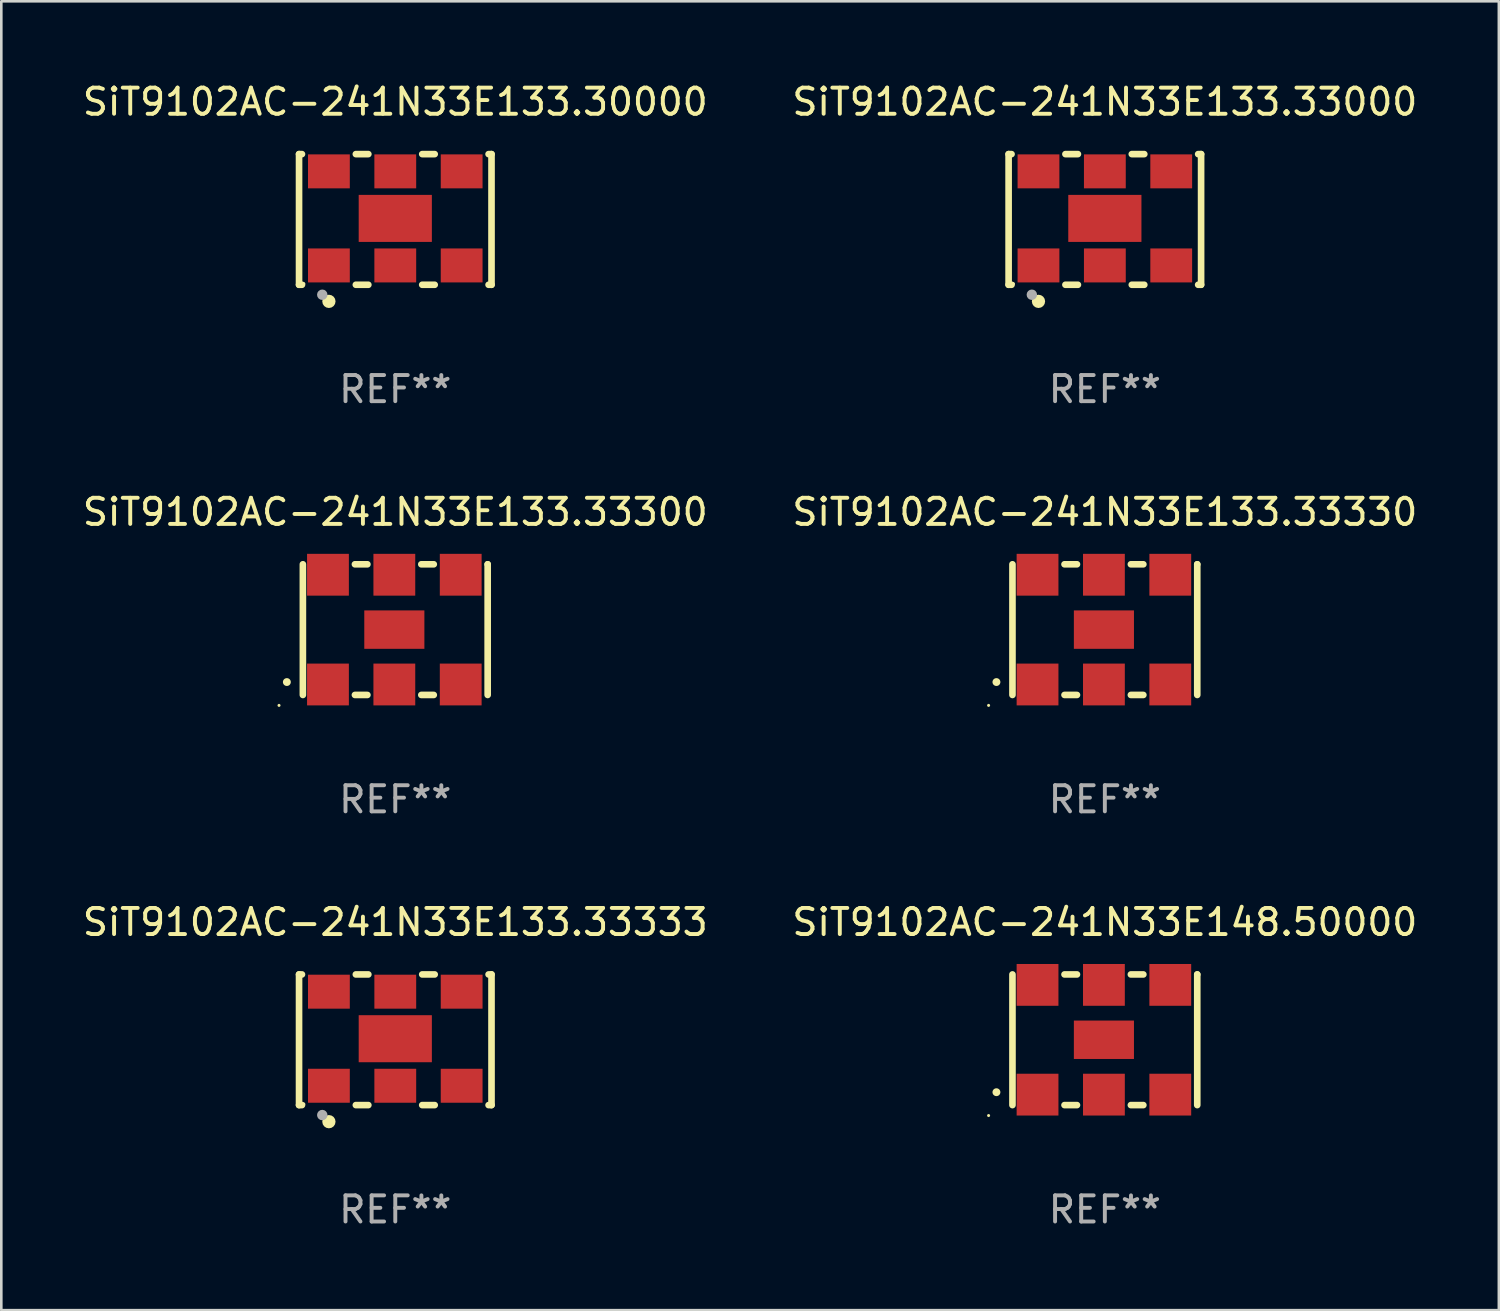
<source format=kicad_pcb>
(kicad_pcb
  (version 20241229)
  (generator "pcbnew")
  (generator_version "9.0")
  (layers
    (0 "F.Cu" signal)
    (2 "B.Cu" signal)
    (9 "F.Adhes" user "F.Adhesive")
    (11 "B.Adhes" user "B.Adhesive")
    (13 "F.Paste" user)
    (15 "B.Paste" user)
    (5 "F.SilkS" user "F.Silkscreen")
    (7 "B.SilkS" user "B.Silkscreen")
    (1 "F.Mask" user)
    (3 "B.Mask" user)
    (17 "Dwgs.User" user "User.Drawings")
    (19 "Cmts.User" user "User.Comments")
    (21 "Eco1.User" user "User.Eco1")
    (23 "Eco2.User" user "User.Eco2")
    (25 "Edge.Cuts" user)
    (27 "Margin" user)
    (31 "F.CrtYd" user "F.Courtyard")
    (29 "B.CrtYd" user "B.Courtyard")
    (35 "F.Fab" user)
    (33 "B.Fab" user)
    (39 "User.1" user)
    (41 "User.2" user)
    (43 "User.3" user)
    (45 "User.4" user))
  (footprint "SiT9102AC-241N33E133.33330"
    (layer "F.Cu")
    (at 39.232 21.045)
    (property "Reference" "SiT9102AC-241N33E133.33330" (at 0 -4.5 0) (layer "F.SilkS") (effects (font (size 1 1) (thickness 0.15))))
    (attr through_hole)
    (fp_line (start -3.536 -2.5) (end -3.536 2.5) (stroke (width 0.254) (type solid)) (layer "F.SilkS"))
    (fp_line (start -1.544 2.5) (end -1.067 2.5) (stroke (width 0.254) (type solid)) (layer "F.SilkS"))
    (fp_line (start -1.067 -2.5) (end -1.544 -2.5) (stroke (width 0.254) (type solid)) (layer "F.SilkS"))
    (fp_line (start 0.996 2.5) (end 1.473 2.5) (stroke (width 0.254) (type solid)) (layer "F.SilkS"))
    (fp_line (start 1.473 -2.5) (end 0.996 -2.5) (stroke (width 0.254) (type solid)) (layer "F.SilkS"))
    (fp_line (start 3.536 -2.5) (end 3.536 -2.5) (stroke (width 0.254) (type solid)) (layer "F.SilkS"))
    (fp_line (start 3.536 2.5) (end 3.536 -2.5) (stroke (width 0.254) (type solid)) (layer "F.SilkS"))
    (fp_arc (start -4.150432 2.006604) (mid -4.149162 2.006599) (end -4.147892 2.006604) (stroke (width 0.3) (type solid)) (layer "F.SilkS"))
    (fp_circle (center -4.449 2.9) (end -4.419 2.9) (stroke (width 0.06) (type solid)) (fill no) (layer "F.SilkS"))
    (fp_text user "REF**" (at 0 6.5 0) (layer "F.Fab") (effects (font (size 1 1) (thickness 0.15))))
    (pad "1" smd rect (at -2.576 2.1) (size 1.6 1.6) (layers "F.Cu" "F.Mask" "F.Paste"))
    (pad "2" smd rect (at -0.036 2.1) (size 1.6 1.6) (layers "F.Cu" "F.Mask" "F.Paste"))
    (pad "3" smd rect (at 2.504 2.1) (size 1.6 1.6) (layers "F.Cu" "F.Mask" "F.Paste"))
    (pad "4" smd rect (at 2.504 -2.1) (size 1.6 1.6) (layers "F.Cu" "F.Mask" "F.Paste"))
    (pad "5" smd rect (at -0.036 -2.1) (size 1.6 1.6) (layers "F.Cu" "F.Mask" "F.Paste"))
    (pad "6" smd rect (at -2.576 -2.1) (size 1.6 1.6) (layers "F.Cu" "F.Mask" "F.Paste"))
    (pad "7" smd rect (at -0.036 0) (size 2.3 1.47) (layers "F.Cu" "F.Mask" "F.Paste")))
  (footprint "SiT9102AC-241N33E133.33333"
    (layer "F.Cu")
    (at 12.077 36.741)
    (property "Reference" "SiT9102AC-241N33E133.33333" (at 0 -4.5 0) (layer "F.SilkS") (effects (font (size 1 1) (thickness 0.15))))
    (attr through_hole)
    (fp_line (start -3.683 -2.5) (end -3.571 -2.5) (stroke (width 0.254) (type solid)) (layer "F.SilkS"))
    (fp_line (start -3.683 2.5) (end -3.683 -2.5) (stroke (width 0.254) (type solid)) (layer "F.SilkS"))
    (fp_line (start -3.683 2.5) (end -3.571 2.5) (stroke (width 0.254) (type solid)) (layer "F.SilkS"))
    (fp_line (start -1.509 -2.5) (end -1.031 -2.5) (stroke (width 0.254) (type solid)) (layer "F.SilkS"))
    (fp_line (start -1.509 2.5) (end -1.031 2.5) (stroke (width 0.254) (type solid)) (layer "F.SilkS"))
    (fp_line (start 1.031 -2.5) (end 1.509 -2.5) (stroke (width 0.254) (type solid)) (layer "F.SilkS"))
    (fp_line (start 1.031 2.5) (end 1.509 2.5) (stroke (width 0.254) (type solid)) (layer "F.SilkS"))
    (fp_line (start 3.571 -2.5) (end 3.683 -2.5) (stroke (width 0.254) (type solid)) (layer "F.SilkS"))
    (fp_line (start 3.571 2.5) (end 3.683 2.5) (stroke (width 0.254) (type solid)) (layer "F.SilkS"))
    (fp_line (start 3.683 2.5) (end 3.683 -2.5) (stroke (width 0.254) (type solid)) (layer "F.SilkS"))
    (fp_circle (center -3.5 2.46) (end -3.47 2.46) (stroke (width 0.06) (type solid)) (fill no) (layer "F.SilkS"))
    (fp_circle (center -2.54 3.135) (end -2.413 3.135) (stroke (width 0.254) (type solid)) (fill no) (layer "F.SilkS"))
    (fp_circle (center -2.794 2.881) (end -2.694 2.881) (stroke (width 0.2) (type solid)) (fill no) (layer "F.Fab"))
    (fp_text user "REF**" (at 0 6.5 0) (layer "F.Fab") (effects (font (size 1 1) (thickness 0.15))))
    (pad "1" smd rect (at -2.54 1.76) (size 1.6 1.3) (layers "F.Cu" "F.Mask" "F.Paste"))
    (pad "2" smd rect (at 0 1.76) (size 1.6 1.3) (layers "F.Cu" "F.Mask" "F.Paste"))
    (pad "3" smd rect (at 2.54 1.76) (size 1.6 1.3) (layers "F.Cu" "F.Mask" "F.Paste"))
    (pad "4" smd rect (at 2.54 -1.84) (size 1.6 1.3) (layers "F.Cu" "F.Mask" "F.Paste"))
    (pad "5" smd rect (at 0 -1.84) (size 1.6 1.3) (layers "F.Cu" "F.Mask" "F.Paste"))
    (pad "6" smd rect (at -2.54 -1.84) (size 1.6 1.3) (layers "F.Cu" "F.Mask" "F.Paste"))
    (pad "7" smd rect (at 0 -0.04) (size 2.8 1.8) (layers "F.Cu" "F.Mask" "F.Paste")))
  (footprint "SiT9102AC-241N33E133.33300"
    (layer "F.Cu")
    (at 12.077 21.045)
    (property "Reference" "SiT9102AC-241N33E133.33300" (at 0 -4.5 0) (layer "F.SilkS") (effects (font (size 1 1) (thickness 0.15))))
    (attr through_hole)
    (fp_line (start -3.536 -2.5) (end -3.536 2.5) (stroke (width 0.254) (type solid)) (layer "F.SilkS"))
    (fp_line (start -1.544 2.5) (end -1.067 2.5) (stroke (width 0.254) (type solid)) (layer "F.SilkS"))
    (fp_line (start -1.067 -2.5) (end -1.544 -2.5) (stroke (width 0.254) (type solid)) (layer "F.SilkS"))
    (fp_line (start 0.996 2.5) (end 1.473 2.5) (stroke (width 0.254) (type solid)) (layer "F.SilkS"))
    (fp_line (start 1.473 -2.5) (end 0.996 -2.5) (stroke (width 0.254) (type solid)) (layer "F.SilkS"))
    (fp_line (start 3.536 -2.5) (end 3.536 -2.5) (stroke (width 0.254) (type solid)) (layer "F.SilkS"))
    (fp_line (start 3.536 2.5) (end 3.536 -2.5) (stroke (width 0.254) (type solid)) (layer "F.SilkS"))
    (fp_arc (start -4.150432 2.006604) (mid -4.149162 2.006599) (end -4.147892 2.006604) (stroke (width 0.3) (type solid)) (layer "F.SilkS"))
    (fp_circle (center -4.449 2.9) (end -4.419 2.9) (stroke (width 0.06) (type solid)) (fill no) (layer "F.SilkS"))
    (fp_text user "REF**" (at 0 6.5 0) (layer "F.Fab") (effects (font (size 1 1) (thickness 0.15))))
    (pad "1" smd rect (at -2.576 2.1) (size 1.6 1.6) (layers "F.Cu" "F.Mask" "F.Paste"))
    (pad "2" smd rect (at -0.036 2.1) (size 1.6 1.6) (layers "F.Cu" "F.Mask" "F.Paste"))
    (pad "3" smd rect (at 2.504 2.1) (size 1.6 1.6) (layers "F.Cu" "F.Mask" "F.Paste"))
    (pad "4" smd rect (at 2.504 -2.1) (size 1.6 1.6) (layers "F.Cu" "F.Mask" "F.Paste"))
    (pad "5" smd rect (at -0.036 -2.1) (size 1.6 1.6) (layers "F.Cu" "F.Mask" "F.Paste"))
    (pad "6" smd rect (at -2.576 -2.1) (size 1.6 1.6) (layers "F.Cu" "F.Mask" "F.Paste"))
    (pad "7" smd rect (at -0.036 0) (size 2.3 1.47) (layers "F.Cu" "F.Mask" "F.Paste")))
  (footprint "SiT9102AC-241N33E133.30000"
    (layer "F.Cu")
    (at 12.077 5.348)
    (property "Reference" "SiT9102AC-241N33E133.30000" (at 0 -4.5 0) (layer "F.SilkS") (effects (font (size 1 1) (thickness 0.15))))
    (attr through_hole)
    (fp_line (start -3.683 -2.5) (end -3.571 -2.5) (stroke (width 0.254) (type solid)) (layer "F.SilkS"))
    (fp_line (start -3.683 2.5) (end -3.683 -2.5) (stroke (width 0.254) (type solid)) (layer "F.SilkS"))
    (fp_line (start -3.683 2.5) (end -3.571 2.5) (stroke (width 0.254) (type solid)) (layer "F.SilkS"))
    (fp_line (start -1.509 -2.5) (end -1.031 -2.5) (stroke (width 0.254) (type solid)) (layer "F.SilkS"))
    (fp_line (start -1.509 2.5) (end -1.031 2.5) (stroke (width 0.254) (type solid)) (layer "F.SilkS"))
    (fp_line (start 1.031 -2.5) (end 1.509 -2.5) (stroke (width 0.254) (type solid)) (layer "F.SilkS"))
    (fp_line (start 1.031 2.5) (end 1.509 2.5) (stroke (width 0.254) (type solid)) (layer "F.SilkS"))
    (fp_line (start 3.571 -2.5) (end 3.683 -2.5) (stroke (width 0.254) (type solid)) (layer "F.SilkS"))
    (fp_line (start 3.571 2.5) (end 3.683 2.5) (stroke (width 0.254) (type solid)) (layer "F.SilkS"))
    (fp_line (start 3.683 2.5) (end 3.683 -2.5) (stroke (width 0.254) (type solid)) (layer "F.SilkS"))
    (fp_circle (center -3.5 2.46) (end -3.47 2.46) (stroke (width 0.06) (type solid)) (fill no) (layer "F.SilkS"))
    (fp_circle (center -2.54 3.135) (end -2.413 3.135) (stroke (width 0.254) (type solid)) (fill no) (layer "F.SilkS"))
    (fp_circle (center -2.794 2.881) (end -2.694 2.881) (stroke (width 0.2) (type solid)) (fill no) (layer "F.Fab"))
    (fp_text user "REF**" (at 0 6.5 0) (layer "F.Fab") (effects (font (size 1 1) (thickness 0.15))))
    (pad "1" smd rect (at -2.54 1.76) (size 1.6 1.3) (layers "F.Cu" "F.Mask" "F.Paste"))
    (pad "2" smd rect (at 0 1.76) (size 1.6 1.3) (layers "F.Cu" "F.Mask" "F.Paste"))
    (pad "3" smd rect (at 2.54 1.76) (size 1.6 1.3) (layers "F.Cu" "F.Mask" "F.Paste"))
    (pad "4" smd rect (at 2.54 -1.84) (size 1.6 1.3) (layers "F.Cu" "F.Mask" "F.Paste"))
    (pad "5" smd rect (at 0 -1.84) (size 1.6 1.3) (layers "F.Cu" "F.Mask" "F.Paste"))
    (pad "6" smd rect (at -2.54 -1.84) (size 1.6 1.3) (layers "F.Cu" "F.Mask" "F.Paste"))
    (pad "7" smd rect (at 0 -0.04) (size 2.8 1.8) (layers "F.Cu" "F.Mask" "F.Paste")))
  (footprint "SiT9102AC-241N33E148.50000"
    (layer "F.Cu")
    (at 39.232 36.741)
    (property "Reference" "SiT9102AC-241N33E148.50000" (at 0 -4.5 0) (layer "F.SilkS") (effects (font (size 1 1) (thickness 0.15))))
    (attr through_hole)
    (fp_line (start -3.536 -2.5) (end -3.536 2.5) (stroke (width 0.254) (type solid)) (layer "F.SilkS"))
    (fp_line (start -1.544 2.5) (end -1.067 2.5) (stroke (width 0.254) (type solid)) (layer "F.SilkS"))
    (fp_line (start -1.067 -2.5) (end -1.544 -2.5) (stroke (width 0.254) (type solid)) (layer "F.SilkS"))
    (fp_line (start 0.996 2.5) (end 1.473 2.5) (stroke (width 0.254) (type solid)) (layer "F.SilkS"))
    (fp_line (start 1.473 -2.5) (end 0.996 -2.5) (stroke (width 0.254) (type solid)) (layer "F.SilkS"))
    (fp_line (start 3.536 -2.5) (end 3.536 -2.5) (stroke (width 0.254) (type solid)) (layer "F.SilkS"))
    (fp_line (start 3.536 2.5) (end 3.536 -2.5) (stroke (width 0.254) (type solid)) (layer "F.SilkS"))
    (fp_arc (start -4.150432 2.006604) (mid -4.149162 2.006599) (end -4.147892 2.006604) (stroke (width 0.3) (type solid)) (layer "F.SilkS"))
    (fp_circle (center -4.449 2.9) (end -4.419 2.9) (stroke (width 0.06) (type solid)) (fill no) (layer "F.SilkS"))
    (fp_text user "REF**" (at 0 6.5 0) (layer "F.Fab") (effects (font (size 1 1) (thickness 0.15))))
    (pad "1" smd rect (at -2.576 2.1) (size 1.6 1.6) (layers "F.Cu" "F.Mask" "F.Paste"))
    (pad "2" smd rect (at -0.036 2.1) (size 1.6 1.6) (layers "F.Cu" "F.Mask" "F.Paste"))
    (pad "3" smd rect (at 2.504 2.1) (size 1.6 1.6) (layers "F.Cu" "F.Mask" "F.Paste"))
    (pad "4" smd rect (at 2.504 -2.1) (size 1.6 1.6) (layers "F.Cu" "F.Mask" "F.Paste"))
    (pad "5" smd rect (at -0.036 -2.1) (size 1.6 1.6) (layers "F.Cu" "F.Mask" "F.Paste"))
    (pad "6" smd rect (at -2.576 -2.1) (size 1.6 1.6) (layers "F.Cu" "F.Mask" "F.Paste"))
    (pad "7" smd rect (at -0.036 0) (size 2.3 1.47) (layers "F.Cu" "F.Mask" "F.Paste")))
  (footprint "SiT9102AC-241N33E133.33000"
    (layer "F.Cu")
    (at 39.232 5.348)
    (property "Reference" "SiT9102AC-241N33E133.33000" (at 0 -4.5 0) (layer "F.SilkS") (effects (font (size 1 1) (thickness 0.15))))
    (attr through_hole)
    (fp_line (start -3.683 -2.5) (end -3.571 -2.5) (stroke (width 0.254) (type solid)) (layer "F.SilkS"))
    (fp_line (start -3.683 2.5) (end -3.683 -2.5) (stroke (width 0.254) (type solid)) (layer "F.SilkS"))
    (fp_line (start -3.683 2.5) (end -3.571 2.5) (stroke (width 0.254) (type solid)) (layer "F.SilkS"))
    (fp_line (start -1.509 -2.5) (end -1.031 -2.5) (stroke (width 0.254) (type solid)) (layer "F.SilkS"))
    (fp_line (start -1.509 2.5) (end -1.031 2.5) (stroke (width 0.254) (type solid)) (layer "F.SilkS"))
    (fp_line (start 1.031 -2.5) (end 1.509 -2.5) (stroke (width 0.254) (type solid)) (layer "F.SilkS"))
    (fp_line (start 1.031 2.5) (end 1.509 2.5) (stroke (width 0.254) (type solid)) (layer "F.SilkS"))
    (fp_line (start 3.571 -2.5) (end 3.683 -2.5) (stroke (width 0.254) (type solid)) (layer "F.SilkS"))
    (fp_line (start 3.571 2.5) (end 3.683 2.5) (stroke (width 0.254) (type solid)) (layer "F.SilkS"))
    (fp_line (start 3.683 2.5) (end 3.683 -2.5) (stroke (width 0.254) (type solid)) (layer "F.SilkS"))
    (fp_circle (center -3.5 2.46) (end -3.47 2.46) (stroke (width 0.06) (type solid)) (fill no) (layer "F.SilkS"))
    (fp_circle (center -2.54 3.135) (end -2.413 3.135) (stroke (width 0.254) (type solid)) (fill no) (layer "F.SilkS"))
    (fp_circle (center -2.794 2.881) (end -2.694 2.881) (stroke (width 0.2) (type solid)) (fill no) (layer "F.Fab"))
    (fp_text user "REF**" (at 0 6.5 0) (layer "F.Fab") (effects (font (size 1 1) (thickness 0.15))))
    (pad "1" smd rect (at -2.54 1.76) (size 1.6 1.3) (layers "F.Cu" "F.Mask" "F.Paste"))
    (pad "2" smd rect (at 0 1.76) (size 1.6 1.3) (layers "F.Cu" "F.Mask" "F.Paste"))
    (pad "3" smd rect (at 2.54 1.76) (size 1.6 1.3) (layers "F.Cu" "F.Mask" "F.Paste"))
    (pad "4" smd rect (at 2.54 -1.84) (size 1.6 1.3) (layers "F.Cu" "F.Mask" "F.Paste"))
    (pad "5" smd rect (at 0 -1.84) (size 1.6 1.3) (layers "F.Cu" "F.Mask" "F.Paste"))
    (pad "6" smd rect (at -2.54 -1.84) (size 1.6 1.3) (layers "F.Cu" "F.Mask" "F.Paste"))
    (pad "7" smd rect (at 0 -0.04) (size 2.8 1.8) (layers "F.Cu" "F.Mask" "F.Paste")))
  (gr_rect
    (start -3 -3)
    (end 54.31 47.09)
    (stroke (width 0.1) (type default))
    (fill no)
    (layer "Edge.Cuts")))
</source>
